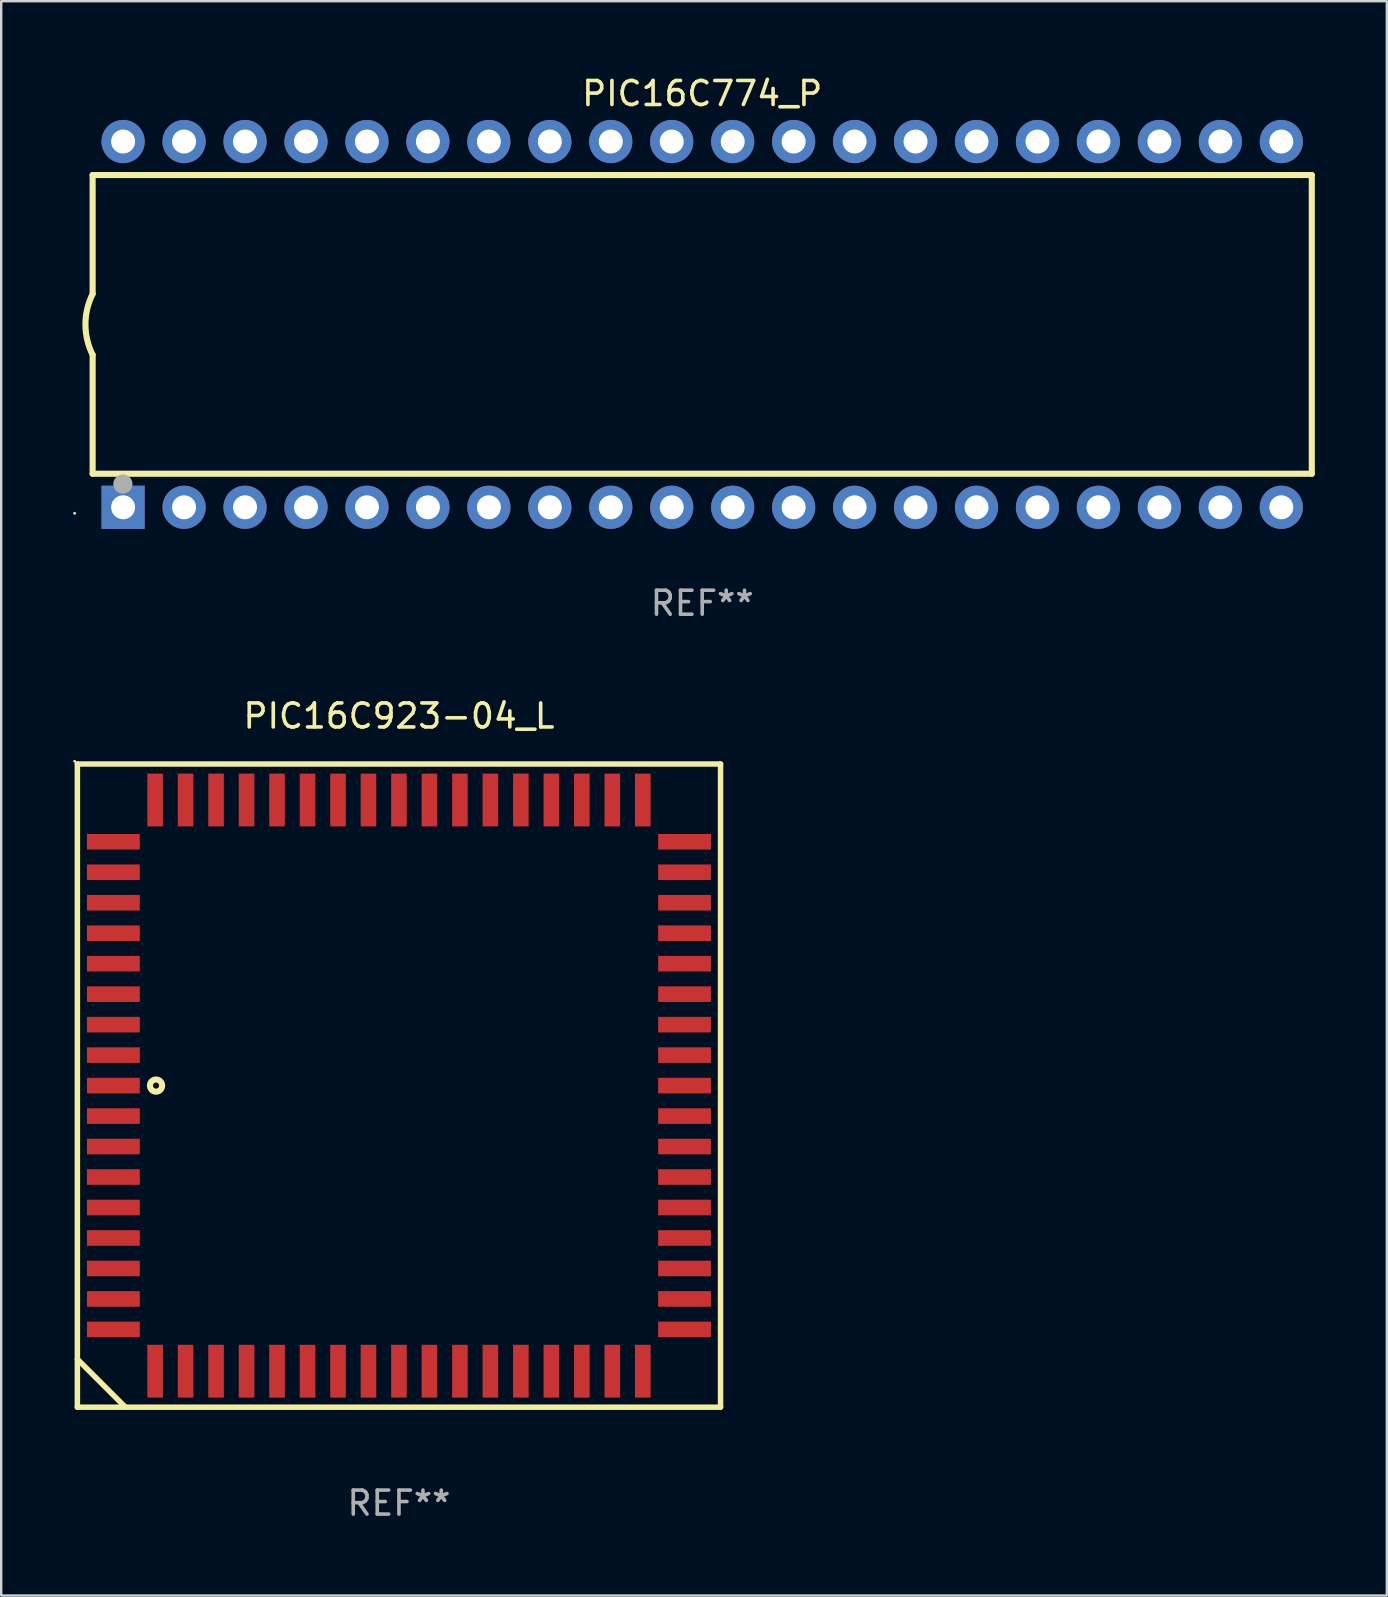
<source format=kicad_pcb>
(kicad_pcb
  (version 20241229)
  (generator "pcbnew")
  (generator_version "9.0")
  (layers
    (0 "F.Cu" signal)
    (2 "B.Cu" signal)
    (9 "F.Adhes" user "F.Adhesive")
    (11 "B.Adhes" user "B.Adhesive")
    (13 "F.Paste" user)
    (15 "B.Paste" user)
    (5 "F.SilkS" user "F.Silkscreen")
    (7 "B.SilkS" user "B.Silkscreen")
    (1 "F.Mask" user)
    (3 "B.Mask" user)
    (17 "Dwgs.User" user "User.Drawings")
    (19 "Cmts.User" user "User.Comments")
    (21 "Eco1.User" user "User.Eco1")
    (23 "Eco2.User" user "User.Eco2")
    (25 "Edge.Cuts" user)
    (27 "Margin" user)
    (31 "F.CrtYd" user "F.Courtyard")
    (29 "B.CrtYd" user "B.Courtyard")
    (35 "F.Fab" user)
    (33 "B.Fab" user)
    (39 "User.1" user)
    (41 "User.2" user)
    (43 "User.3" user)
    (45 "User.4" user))
  (footprint "PIC16C774_P"
    (layer "F.Cu")
    (at 26.21 10.468)
    (property "Reference" "PIC16C774_P" (at 0 -9.62 0) (layer "F.SilkS") (effects (font (size 1 1) (thickness 0.15))))
    (attr through_hole)
    (fp_line (start -25.4 -6.224) (end -25.4 -1.271) (stroke (width 0.254) (type solid)) (layer "F.SilkS"))
    (fp_line (start -25.4 -6.224) (end 25.4 -6.224) (stroke (width 0.254) (type solid)) (layer "F.SilkS"))
    (fp_line (start -25.4 1.269) (end -25.4 6.222) (stroke (width 0.254) (type solid)) (layer "F.SilkS"))
    (fp_line (start -25.4 6.222) (end 25.4 6.222) (stroke (width 0.254) (type solid)) (layer "F.SilkS"))
    (fp_line (start 25.4 6.222) (end 25.4 -6.224) (stroke (width 0.254) (type solid)) (layer "F.SilkS"))
    (fp_arc (start -25.4 1.269241) (mid -25.699807 -0.000762) (end -25.4 -1.270765) (stroke (width 0.254001) (type solid)) (layer "F.SilkS"))
    (fp_circle (center -26.15 7.87) (end -26.12 7.87) (stroke (width 0.06) (type solid)) (fill no) (layer "F.SilkS"))
    (fp_circle (center -24.14 6.65) (end -23.94 6.65) (stroke (width 0.4) (type solid)) (fill no) (layer "F.Fab"))
    (fp_text user "REF**" (at 0 11.62 0) (layer "F.Fab") (effects (font (size 1 1) (thickness 0.15))))
    (pad "1" thru_hole rect (at -24.13 7.62 90) (size 1.8 1.8) (drill 1) (layers "*.Cu" "*.Mask"))
    (pad "2" thru_hole circle (at -21.59 7.62) (size 1.8 1.8) (drill 1) (layers "*.Cu" "*.Mask"))
    (pad "3" thru_hole circle (at -19.05 7.62) (size 1.8 1.8) (drill 1) (layers "*.Cu" "*.Mask"))
    (pad "4" thru_hole circle (at -16.51 7.62) (size 1.8 1.8) (drill 1) (layers "*.Cu" "*.Mask"))
    (pad "5" thru_hole circle (at -13.97 7.62) (size 1.8 1.8) (drill 1) (layers "*.Cu" "*.Mask"))
    (pad "6" thru_hole circle (at -11.43 7.62) (size 1.8 1.8) (drill 1) (layers "*.Cu" "*.Mask"))
    (pad "7" thru_hole circle (at -8.89 7.62) (size 1.8 1.8) (drill 1) (layers "*.Cu" "*.Mask"))
    (pad "8" thru_hole circle (at -6.35 7.62) (size 1.8 1.8) (drill 1) (layers "*.Cu" "*.Mask"))
    (pad "9" thru_hole circle (at -3.81 7.62) (size 1.8 1.8) (drill 1) (layers "*.Cu" "*.Mask"))
    (pad "10" thru_hole circle (at -1.27 7.62) (size 1.8 1.8) (drill 1) (layers "*.Cu" "*.Mask"))
    (pad "11" thru_hole circle (at 1.27 7.62) (size 1.8 1.8) (drill 1) (layers "*.Cu" "*.Mask"))
    (pad "12" thru_hole circle (at 3.81 7.62) (size 1.8 1.8) (drill 1) (layers "*.Cu" "*.Mask"))
    (pad "13" thru_hole circle (at 6.35 7.62) (size 1.8 1.8) (drill 1) (layers "*.Cu" "*.Mask"))
    (pad "14" thru_hole circle (at 8.89 7.62) (size 1.8 1.8) (drill 1) (layers "*.Cu" "*.Mask"))
    (pad "15" thru_hole circle (at 11.43 7.62) (size 1.8 1.8) (drill 1) (layers "*.Cu" "*.Mask"))
    (pad "16" thru_hole circle (at 13.97 7.62) (size 1.8 1.8) (drill 1) (layers "*.Cu" "*.Mask"))
    (pad "17" thru_hole circle (at 16.51 7.62) (size 1.8 1.8) (drill 1) (layers "*.Cu" "*.Mask"))
    (pad "18" thru_hole circle (at 19.05 7.62) (size 1.8 1.8) (drill 1) (layers "*.Cu" "*.Mask"))
    (pad "19" thru_hole circle (at 21.59 7.62) (size 1.8 1.8) (drill 1) (layers "*.Cu" "*.Mask"))
    (pad "20" thru_hole circle (at 24.13 7.62) (size 1.8 1.8) (drill 1) (layers "*.Cu" "*.Mask"))
    (pad "21" thru_hole circle (at 24.13 -7.62) (size 1.8 1.8) (drill 1) (layers "*.Cu" "*.Mask"))
    (pad "22" thru_hole circle (at 21.59 -7.62) (size 1.8 1.8) (drill 1) (layers "*.Cu" "*.Mask"))
    (pad "23" thru_hole circle (at 19.05 -7.62) (size 1.8 1.8) (drill 1) (layers "*.Cu" "*.Mask"))
    (pad "24" thru_hole circle (at 16.51 -7.62) (size 1.8 1.8) (drill 1) (layers "*.Cu" "*.Mask"))
    (pad "25" thru_hole circle (at 13.97 -7.62) (size 1.8 1.8) (drill 1) (layers "*.Cu" "*.Mask"))
    (pad "26" thru_hole circle (at 11.43 -7.62) (size 1.8 1.8) (drill 1) (layers "*.Cu" "*.Mask"))
    (pad "27" thru_hole circle (at 8.89 -7.62) (size 1.8 1.8) (drill 1) (layers "*.Cu" "*.Mask"))
    (pad "28" thru_hole circle (at 6.35 -7.62) (size 1.8 1.8) (drill 1) (layers "*.Cu" "*.Mask"))
    (pad "29" thru_hole circle (at 3.81 -7.62) (size 1.8 1.8) (drill 1) (layers "*.Cu" "*.Mask"))
    (pad "30" thru_hole circle (at 1.27 -7.62) (size 1.8 1.8) (drill 1) (layers "*.Cu" "*.Mask"))
    (pad "31" thru_hole circle (at -1.27 -7.62) (size 1.8 1.8) (drill 1) (layers "*.Cu" "*.Mask"))
    (pad "32" thru_hole circle (at -3.81 -7.62) (size 1.8 1.8) (drill 1) (layers "*.Cu" "*.Mask"))
    (pad "33" thru_hole circle (at -6.35 -7.62) (size 1.8 1.8) (drill 1) (layers "*.Cu" "*.Mask"))
    (pad "34" thru_hole circle (at -8.89 -7.62) (size 1.8 1.8) (drill 1) (layers "*.Cu" "*.Mask"))
    (pad "35" thru_hole circle (at -11.43 -7.62) (size 1.8 1.8) (drill 1) (layers "*.Cu" "*.Mask"))
    (pad "36" thru_hole circle (at -13.97 -7.62) (size 1.8 1.8) (drill 1) (layers "*.Cu" "*.Mask"))
    (pad "37" thru_hole circle (at -16.51 -7.62) (size 1.8 1.8) (drill 1) (layers "*.Cu" "*.Mask"))
    (pad "38" thru_hole circle (at -19.05 -7.62) (size 1.8 1.8) (drill 1) (layers "*.Cu" "*.Mask"))
    (pad "39" thru_hole circle (at -21.59 -7.62) (size 1.8 1.8) (drill 1) (layers "*.Cu" "*.Mask"))
    (pad "40" thru_hole circle (at -24.13 -7.62) (size 1.8 1.8) (drill 1) (layers "*.Cu" "*.Mask")))
  (footprint "PIC16C923-04_L"
    (layer "F.Cu")
    (at 13.574 42.185)
    (property "Reference" "PIC16C923-04_L" (at 0 -15.4 0) (layer "F.SilkS") (effects (font (size 1 1) (thickness 0.15))))
    (attr through_hole)
    (fp_line (start -13.4 -13.4) (end -13.4 13.4) (stroke (width 0.229) (type solid)) (layer "F.SilkS"))
    (fp_line (start -13.4 11.4) (end -11.4 13.4) (stroke (width 0.229) (type solid)) (layer "F.SilkS"))
    (fp_line (start -13.4 13.4) (end 13.4 13.4) (stroke (width 0.229) (type solid)) (layer "F.SilkS"))
    (fp_line (start 13.4 -13.4) (end -13.4 -13.4) (stroke (width 0.229) (type solid)) (layer "F.SilkS"))
    (fp_line (start 13.4 13.4) (end 13.4 -13.4) (stroke (width 0.229) (type solid)) (layer "F.SilkS"))
    (fp_circle (center -13.514 -13.514) (end -13.484 -13.514) (stroke (width 0.06) (type solid)) (fill no) (layer "F.SilkS"))
    (fp_circle (center -10.122 -0.000076) (end -9.868 -0.000076) (stroke (width 0.254) (type solid)) (fill no) (layer "F.SilkS"))
    (fp_text user "REF**" (at 0 17.4 0) (layer "F.Fab") (effects (font (size 1 1) (thickness 0.15))))
    (pad "1" smd rect (at -11.9 -0.000076 270) (size 0.65 2.2) (layers "F.Cu" "F.Mask" "F.Paste"))
    (pad "2" smd rect (at -11.9 1.27 270) (size 0.65 2.2) (layers "F.Cu" "F.Mask" "F.Paste"))
    (pad "3" smd rect (at -11.9 2.54 270) (size 0.65 2.2) (layers "F.Cu" "F.Mask" "F.Paste"))
    (pad "4" smd rect (at -11.9 3.81 270) (size 0.65 2.2) (layers "F.Cu" "F.Mask" "F.Paste"))
    (pad "5" smd rect (at -11.9 5.08 270) (size 0.65 2.2) (layers "F.Cu" "F.Mask" "F.Paste"))
    (pad "6" smd rect (at -11.9 6.35 270) (size 0.65 2.2) (layers "F.Cu" "F.Mask" "F.Paste"))
    (pad "7" smd rect (at -11.9 7.62 270) (size 0.65 2.2) (layers "F.Cu" "F.Mask" "F.Paste"))
    (pad "8" smd rect (at -11.9 8.89 270) (size 0.65 2.2) (layers "F.Cu" "F.Mask" "F.Paste"))
    (pad "9" smd rect (at -11.9 10.16 270) (size 0.65 2.2) (layers "F.Cu" "F.Mask" "F.Paste"))
    (pad "10" smd rect (at -10.16 11.9 270) (size 2.2 0.65) (layers "F.Cu" "F.Mask" "F.Paste"))
    (pad "11" smd rect (at -8.89 11.9 270) (size 2.2 0.65) (layers "F.Cu" "F.Mask" "F.Paste"))
    (pad "12" smd rect (at -7.62 11.9 270) (size 2.2 0.65) (layers "F.Cu" "F.Mask" "F.Paste"))
    (pad "13" smd rect (at -6.35 11.9 270) (size 2.2 0.65) (layers "F.Cu" "F.Mask" "F.Paste"))
    (pad "14" smd rect (at -5.08 11.9 270) (size 2.2 0.65) (layers "F.Cu" "F.Mask" "F.Paste"))
    (pad "15" smd rect (at -3.81 11.9 270) (size 2.2 0.65) (layers "F.Cu" "F.Mask" "F.Paste"))
    (pad "16" smd rect (at -2.54 11.9 270) (size 2.2 0.65) (layers "F.Cu" "F.Mask" "F.Paste"))
    (pad "17" smd rect (at -1.27 11.9 270) (size 2.2 0.65) (layers "F.Cu" "F.Mask" "F.Paste"))
    (pad "18" smd rect (at 0 11.9 270) (size 2.2 0.65) (layers "F.Cu" "F.Mask" "F.Paste"))
    (pad "19" smd rect (at 1.27 11.9 270) (size 2.2 0.65) (layers "F.Cu" "F.Mask" "F.Paste"))
    (pad "20" smd rect (at 2.54 11.9 270) (size 2.2 0.65) (layers "F.Cu" "F.Mask" "F.Paste"))
    (pad "21" smd rect (at 3.81 11.9 270) (size 2.2 0.65) (layers "F.Cu" "F.Mask" "F.Paste"))
    (pad "22" smd rect (at 5.08 11.9 270) (size 2.2 0.65) (layers "F.Cu" "F.Mask" "F.Paste"))
    (pad "23" smd rect (at 6.35 11.9 270) (size 2.2 0.65) (layers "F.Cu" "F.Mask" "F.Paste"))
    (pad "24" smd rect (at 7.62 11.9 270) (size 2.2 0.65) (layers "F.Cu" "F.Mask" "F.Paste"))
    (pad "25" smd rect (at 8.89 11.9 270) (size 2.2 0.65) (layers "F.Cu" "F.Mask" "F.Paste"))
    (pad "26" smd rect (at 10.16 11.9 270) (size 2.2 0.65) (layers "F.Cu" "F.Mask" "F.Paste"))
    (pad "27" smd rect (at 11.9 10.16 270) (size 0.65 2.2) (layers "F.Cu" "F.Mask" "F.Paste"))
    (pad "28" smd rect (at 11.9 8.89 270) (size 0.65 2.2) (layers "F.Cu" "F.Mask" "F.Paste"))
    (pad "29" smd rect (at 11.9 7.62 270) (size 0.65 2.2) (layers "F.Cu" "F.Mask" "F.Paste"))
    (pad "30" smd rect (at 11.9 6.35 270) (size 0.65 2.2) (layers "F.Cu" "F.Mask" "F.Paste"))
    (pad "31" smd rect (at 11.9 5.08 270) (size 0.65 2.2) (layers "F.Cu" "F.Mask" "F.Paste"))
    (pad "32" smd rect (at 11.9 3.81 270) (size 0.65 2.2) (layers "F.Cu" "F.Mask" "F.Paste"))
    (pad "33" smd rect (at 11.9 2.54 270) (size 0.65 2.2) (layers "F.Cu" "F.Mask" "F.Paste"))
    (pad "34" smd rect (at 11.9 1.27 270) (size 0.65 2.2) (layers "F.Cu" "F.Mask" "F.Paste"))
    (pad "35" smd rect (at 11.9 -0.000076 270) (size 0.65 2.2) (layers "F.Cu" "F.Mask" "F.Paste"))
    (pad "36" smd rect (at 11.9 -1.27 270) (size 0.65 2.2) (layers "F.Cu" "F.Mask" "F.Paste"))
    (pad "37" smd rect (at 11.9 -2.54 270) (size 0.65 2.2) (layers "F.Cu" "F.Mask" "F.Paste"))
    (pad "38" smd rect (at 11.9 -3.81 270) (size 0.65 2.2) (layers "F.Cu" "F.Mask" "F.Paste"))
    (pad "39" smd rect (at 11.9 -5.08 270) (size 0.65 2.2) (layers "F.Cu" "F.Mask" "F.Paste"))
    (pad "40" smd rect (at 11.9 -6.35 270) (size 0.65 2.2) (layers "F.Cu" "F.Mask" "F.Paste"))
    (pad "41" smd rect (at 11.9 -7.62 270) (size 0.65 2.2) (layers "F.Cu" "F.Mask" "F.Paste"))
    (pad "42" smd rect (at 11.9 -8.89 270) (size 0.65 2.2) (layers "F.Cu" "F.Mask" "F.Paste"))
    (pad "43" smd rect (at 11.9 -10.16 270) (size 0.65 2.2) (layers "F.Cu" "F.Mask" "F.Paste"))
    (pad "44" smd rect (at 10.16 -11.9 270) (size 2.2 0.65) (layers "F.Cu" "F.Mask" "F.Paste"))
    (pad "45" smd rect (at 8.89 -11.9 270) (size 2.2 0.65) (layers "F.Cu" "F.Mask" "F.Paste"))
    (pad "46" smd rect (at 7.62 -11.9 270) (size 2.2 0.65) (layers "F.Cu" "F.Mask" "F.Paste"))
    (pad "47" smd rect (at 6.35 -11.9 270) (size 2.2 0.65) (layers "F.Cu" "F.Mask" "F.Paste"))
    (pad "48" smd rect (at 5.08 -11.9 270) (size 2.2 0.65) (layers "F.Cu" "F.Mask" "F.Paste"))
    (pad "49" smd rect (at 3.81 -11.9 270) (size 2.2 0.65) (layers "F.Cu" "F.Mask" "F.Paste"))
    (pad "50" smd rect (at 2.54 -11.9 270) (size 2.2 0.65) (layers "F.Cu" "F.Mask" "F.Paste"))
    (pad "51" smd rect (at 1.27 -11.9 270) (size 2.2 0.65) (layers "F.Cu" "F.Mask" "F.Paste"))
    (pad "52" smd rect (at 0 -11.9 270) (size 2.2 0.65) (layers "F.Cu" "F.Mask" "F.Paste"))
    (pad "53" smd rect (at -1.27 -11.9 270) (size 2.2 0.65) (layers "F.Cu" "F.Mask" "F.Paste"))
    (pad "54" smd rect (at -2.54 -11.9 270) (size 2.2 0.65) (layers "F.Cu" "F.Mask" "F.Paste"))
    (pad "55" smd rect (at -3.81 -11.9 270) (size 2.2 0.65) (layers "F.Cu" "F.Mask" "F.Paste"))
    (pad "56" smd rect (at -5.08 -11.9 270) (size 2.2 0.65) (layers "F.Cu" "F.Mask" "F.Paste"))
    (pad "57" smd rect (at -6.35 -11.9 270) (size 2.2 0.65) (layers "F.Cu" "F.Mask" "F.Paste"))
    (pad "58" smd rect (at -7.62 -11.9 270) (size 2.2 0.65) (layers "F.Cu" "F.Mask" "F.Paste"))
    (pad "59" smd rect (at -8.89 -11.9 270) (size 2.2 0.65) (layers "F.Cu" "F.Mask" "F.Paste"))
    (pad "60" smd rect (at -10.16 -11.9 270) (size 2.2 0.65) (layers "F.Cu" "F.Mask" "F.Paste"))
    (pad "61" smd rect (at -11.9 -10.16 270) (size 0.65 2.2) (layers "F.Cu" "F.Mask" "F.Paste"))
    (pad "62" smd rect (at -11.9 -8.89 270) (size 0.65 2.2) (layers "F.Cu" "F.Mask" "F.Paste"))
    (pad "63" smd rect (at -11.9 -7.62 270) (size 0.65 2.2) (layers "F.Cu" "F.Mask" "F.Paste"))
    (pad "64" smd rect (at -11.9 -6.35 270) (size 0.65 2.2) (layers "F.Cu" "F.Mask" "F.Paste"))
    (pad "65" smd rect (at -11.9 -5.08 270) (size 0.65 2.2) (layers "F.Cu" "F.Mask" "F.Paste"))
    (pad "66" smd rect (at -11.9 -3.81 270) (size 0.65 2.2) (layers "F.Cu" "F.Mask" "F.Paste"))
    (pad "67" smd rect (at -11.9 -2.54 270) (size 0.65 2.2) (layers "F.Cu" "F.Mask" "F.Paste"))
    (pad "68" smd rect (at -11.9 -1.27 270) (size 0.65 2.2) (layers "F.Cu" "F.Mask" "F.Paste")))
  (gr_rect
    (start -3 -3)
    (end 54.737 63.433)
    (stroke (width 0.1) (type default))
    (fill no)
    (layer "Edge.Cuts")))
</source>
